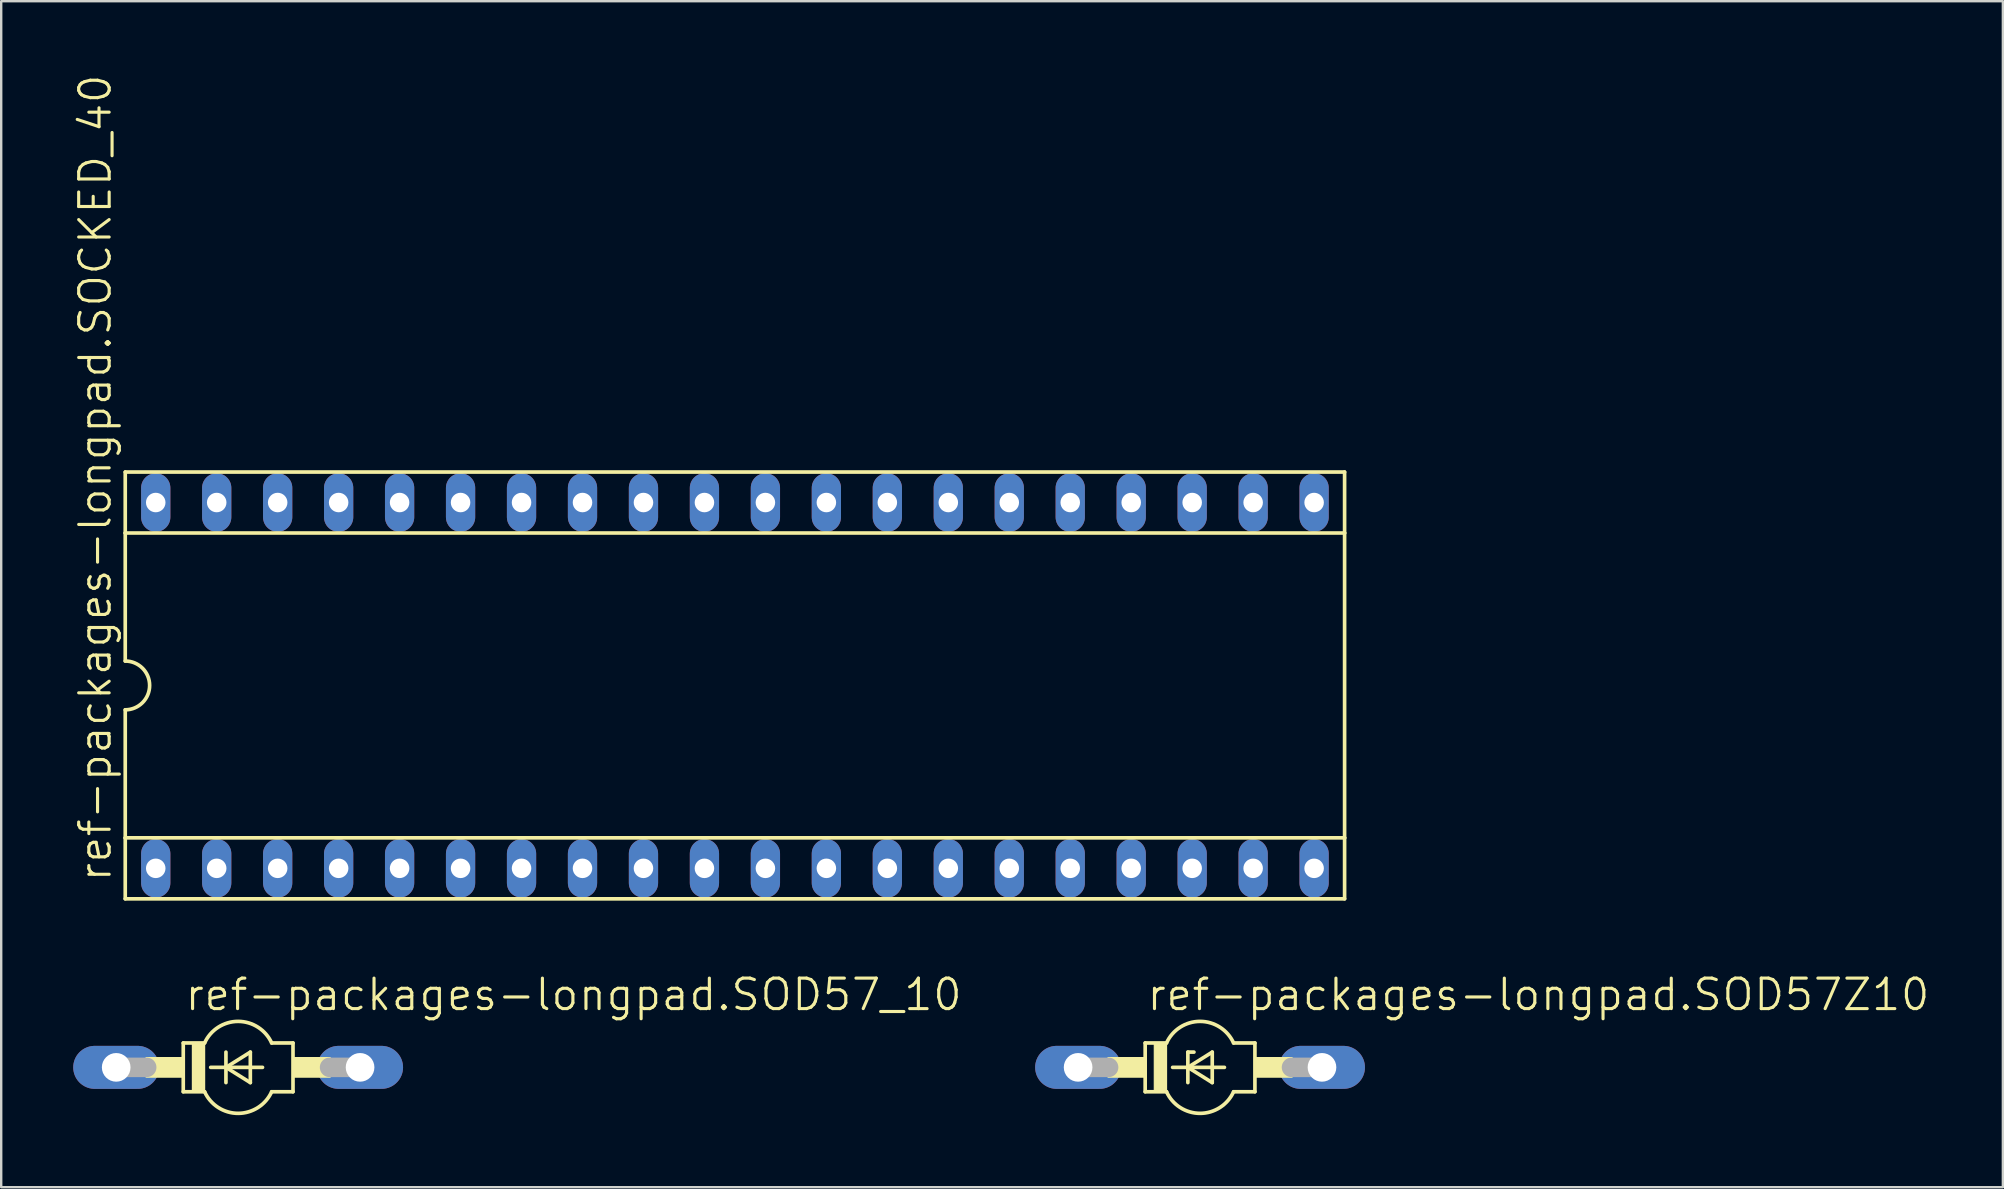
<source format=kicad_pcb>
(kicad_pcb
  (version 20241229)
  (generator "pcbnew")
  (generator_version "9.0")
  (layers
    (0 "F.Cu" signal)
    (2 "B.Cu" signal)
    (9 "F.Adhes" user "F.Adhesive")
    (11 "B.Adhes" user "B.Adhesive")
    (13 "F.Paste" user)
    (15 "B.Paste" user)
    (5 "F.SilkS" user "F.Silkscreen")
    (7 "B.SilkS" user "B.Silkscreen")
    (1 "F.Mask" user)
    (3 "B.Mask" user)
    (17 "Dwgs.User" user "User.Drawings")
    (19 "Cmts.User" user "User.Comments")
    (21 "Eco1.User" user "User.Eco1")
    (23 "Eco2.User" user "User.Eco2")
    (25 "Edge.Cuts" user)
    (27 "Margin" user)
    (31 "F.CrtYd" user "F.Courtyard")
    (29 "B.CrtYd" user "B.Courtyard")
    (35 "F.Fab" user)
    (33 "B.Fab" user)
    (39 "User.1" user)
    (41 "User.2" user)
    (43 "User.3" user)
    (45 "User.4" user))
  (footprint "ref-packages-longpad.SOD57Z10"
    (layer "F.Cu")
    (at 46.946 41.418)
    (property "Reference" "ref-packages-longpad.SOD57Z10" (at -2.286 -2.286 0) (layer "F.SilkS") (effects (font (size 1.27 1.27) (thickness 0.13)) (justify left bottom)))
    (attr through_hole)
    (fp_line (start -2.286 -1.016) (end -2.286 1.016) (stroke (width 0.152) (type default)) (layer "F.SilkS"))
    (fp_line (start -2.286 -1.016) (end -1.397 -1.016) (stroke (width 0.152) (type default)) (layer "F.SilkS"))
    (fp_line (start -2.286 1.016) (end -1.397 1.016) (stroke (width 0.152) (type default)) (layer "F.SilkS"))
    (fp_line (start -1.143 0) (end -0.508 0) (stroke (width 0.152) (type default)) (layer "F.SilkS"))
    (fp_line (start -0.508 -0.635) (end -0.508 0) (stroke (width 0.152) (type default)) (layer "F.SilkS"))
    (fp_line (start -0.508 0) (end -0.508 0.635) (stroke (width 0.152) (type default)) (layer "F.SilkS"))
    (fp_line (start -0.508 0) (end 0.508 -0.635) (stroke (width 0.152) (type default)) (layer "F.SilkS"))
    (fp_line (start -0.508 0) (end 1.016 0) (stroke (width 0.152) (type default)) (layer "F.SilkS"))
    (fp_line (start -0.254 -0.635) (end -0.508 -0.635) (stroke (width 0.152) (type default)) (layer "F.SilkS"))
    (fp_line (start 0.508 -0.635) (end 0.508 0.635) (stroke (width 0.152) (type default)) (layer "F.SilkS"))
    (fp_line (start 0.508 0.635) (end -0.508 0) (stroke (width 0.152) (type default)) (layer "F.SilkS"))
    (fp_line (start 1.397 1.016) (end 2.286 1.016) (stroke (width 0.152) (type default)) (layer "F.SilkS"))
    (fp_line (start 2.286 -1.016) (end 1.397 -1.016) (stroke (width 0.152) (type default)) (layer "F.SilkS"))
    (fp_line (start 2.286 1.016) (end 2.286 -1.016) (stroke (width 0.152) (type default)) (layer "F.SilkS"))
    (fp_rect (start -3.835 0.406) (end -2.286 -0.406) (stroke (width 0.05) (type default)) (fill yes) (layer "F.SilkS"))
    (fp_rect (start -1.905 1.016) (end -1.397 -1.016) (stroke (width 0.05) (type default)) (fill yes) (layer "F.SilkS"))
    (fp_rect (start 2.286 0.406) (end 3.835 -0.406) (stroke (width 0.05) (type default)) (fill yes) (layer "F.SilkS"))
    (fp_arc (start -1.397 -1.016) (mid 0 -1.915547) (end 1.397 -1.016) (stroke (width 0.1524) (type default)) (layer "F.SilkS"))
    (fp_arc (start 1.397 1.016) (mid 0 1.915547) (end -1.397 1.016) (stroke (width 0.1524) (type default)) (layer "F.SilkS"))
    (fp_line (start -5.08 0) (end -3.81 0) (stroke (width 0.813) (type default)) (layer "F.Fab"))
    (fp_line (start 5.08 0) (end 3.81 0) (stroke (width 0.813) (type default)) (layer "F.Fab"))
    (pad "A" thru_hole oval (at 5.08 0) (size 3.581 1.791) (drill 1.194) (layers "*.Cu" "*.Mask"))
    (pad "C" thru_hole oval (at -5.08 0) (size 3.581 1.791) (drill 1.194) (layers "*.Cu" "*.Mask")))
  (footprint "ref-packages-longpad.SOD57_10"
    (layer "F.Cu")
    (at 6.871 41.418)
    (property "Reference" "ref-packages-longpad.SOD57_10" (at -2.286 -2.286 0) (layer "F.SilkS") (effects (font (size 1.27 1.27) (thickness 0.13)) (justify left bottom)))
    (attr through_hole)
    (fp_line (start -2.286 -1.016) (end -2.286 1.016) (stroke (width 0.152) (type default)) (layer "F.SilkS"))
    (fp_line (start -2.286 -1.016) (end -1.397 -1.016) (stroke (width 0.152) (type default)) (layer "F.SilkS"))
    (fp_line (start -2.286 1.016) (end -1.397 1.016) (stroke (width 0.152) (type default)) (layer "F.SilkS"))
    (fp_line (start -1.143 0) (end -0.508 0) (stroke (width 0.152) (type default)) (layer "F.SilkS"))
    (fp_line (start -0.508 -0.635) (end -0.508 0) (stroke (width 0.152) (type default)) (layer "F.SilkS"))
    (fp_line (start -0.508 0) (end -0.508 0.635) (stroke (width 0.152) (type default)) (layer "F.SilkS"))
    (fp_line (start -0.508 0) (end 0.508 -0.635) (stroke (width 0.152) (type default)) (layer "F.SilkS"))
    (fp_line (start -0.508 0) (end 1.016 0) (stroke (width 0.152) (type default)) (layer "F.SilkS"))
    (fp_line (start 0.508 -0.635) (end 0.508 0.635) (stroke (width 0.152) (type default)) (layer "F.SilkS"))
    (fp_line (start 0.508 0.635) (end -0.508 0) (stroke (width 0.152) (type default)) (layer "F.SilkS"))
    (fp_line (start 1.397 1.016) (end 2.286 1.016) (stroke (width 0.152) (type default)) (layer "F.SilkS"))
    (fp_line (start 2.286 -1.016) (end 1.397 -1.016) (stroke (width 0.152) (type default)) (layer "F.SilkS"))
    (fp_line (start 2.286 1.016) (end 2.286 -1.016) (stroke (width 0.152) (type default)) (layer "F.SilkS"))
    (fp_rect (start -3.835 0.406) (end -2.286 -0.406) (stroke (width 0.05) (type default)) (fill yes) (layer "F.SilkS"))
    (fp_rect (start -1.905 1.016) (end -1.397 -1.016) (stroke (width 0.05) (type default)) (fill yes) (layer "F.SilkS"))
    (fp_rect (start 2.286 0.406) (end 3.835 -0.406) (stroke (width 0.05) (type default)) (fill yes) (layer "F.SilkS"))
    (fp_arc (start -1.397 -1.016) (mid 0 -1.915547) (end 1.397 -1.016) (stroke (width 0.1524) (type default)) (layer "F.SilkS"))
    (fp_arc (start 1.397 1.016) (mid 0 1.915547) (end -1.397 1.016) (stroke (width 0.1524) (type default)) (layer "F.SilkS"))
    (fp_line (start -5.08 0) (end -3.81 0) (stroke (width 0.813) (type default)) (layer "F.Fab"))
    (fp_line (start 5.08 0) (end 3.81 0) (stroke (width 0.813) (type default)) (layer "F.Fab"))
    (pad "A" thru_hole oval (at 5.08 0) (size 3.581 1.791) (drill 1.194) (layers "*.Cu" "*.Mask"))
    (pad "C" thru_hole oval (at -5.08 0) (size 3.581 1.791) (drill 1.194) (layers "*.Cu" "*.Mask")))
  (footprint "ref-packages-longpad.SOCKED_40"
    (layer "F.Cu")
    (at 27.568 25.506)
    (property "Reference" "ref-packages-longpad.SOCKED_40" (at -25.908 8.255 90) (layer "F.SilkS") (effects (font (size 1.27 1.27) (thickness 0.13)) (justify left bottom)))
    (attr through_hole)
    (fp_line (start -25.4 -8.89) (end -25.4 -6.35) (stroke (width 0.152) (type default)) (layer "F.SilkS"))
    (fp_line (start -25.4 -6.35) (end -25.4 -1.016) (stroke (width 0.152) (type default)) (layer "F.SilkS"))
    (fp_line (start -25.4 -6.35) (end 25.4 -6.35) (stroke (width 0.152) (type default)) (layer "F.SilkS"))
    (fp_line (start -25.4 6.35) (end -25.4 1.016) (stroke (width 0.152) (type default)) (layer "F.SilkS"))
    (fp_line (start -25.4 6.35) (end 25.4 6.35) (stroke (width 0.152) (type default)) (layer "F.SilkS"))
    (fp_line (start -25.4 8.89) (end -25.4 6.35) (stroke (width 0.152) (type default)) (layer "F.SilkS"))
    (fp_line (start -25.4 8.89) (end 25.4 8.89) (stroke (width 0.152) (type default)) (layer "F.SilkS"))
    (fp_line (start 25.4 -8.89) (end -25.4 -8.89) (stroke (width 0.152) (type default)) (layer "F.SilkS"))
    (fp_line (start 25.4 -8.89) (end 25.4 -6.35) (stroke (width 0.152) (type default)) (layer "F.SilkS"))
    (fp_line (start 25.4 -6.35) (end 25.4 6.35) (stroke (width 0.152) (type default)) (layer "F.SilkS"))
    (fp_line (start 25.4 6.35) (end 25.4 8.89) (stroke (width 0.152) (type default)) (layer "F.SilkS"))
    (fp_arc (start -25.4 -1.016) (mid -24.384 0) (end -25.4 1.016) (stroke (width 0.1524) (type default)) (layer "F.SilkS"))
    (pad "1" thru_hole oval (at -24.13 7.62 90) (size 2.438 1.219) (drill 0.813) (layers "*.Cu" "*.Mask"))
    (pad "2" thru_hole oval (at -21.59 7.62 90) (size 2.438 1.219) (drill 0.813) (layers "*.Cu" "*.Mask"))
    (pad "3" thru_hole oval (at -19.05 7.62 90) (size 2.438 1.219) (drill 0.813) (layers "*.Cu" "*.Mask"))
    (pad "4" thru_hole oval (at -16.51 7.62 90) (size 2.438 1.219) (drill 0.813) (layers "*.Cu" "*.Mask"))
    (pad "5" thru_hole oval (at -13.97 7.62 90) (size 2.438 1.219) (drill 0.813) (layers "*.Cu" "*.Mask"))
    (pad "6" thru_hole oval (at -11.43 7.62 90) (size 2.438 1.219) (drill 0.813) (layers "*.Cu" "*.Mask"))
    (pad "7" thru_hole oval (at -8.89 7.62 90) (size 2.438 1.219) (drill 0.813) (layers "*.Cu" "*.Mask"))
    (pad "8" thru_hole oval (at -6.35 7.62 90) (size 2.438 1.219) (drill 0.813) (layers "*.Cu" "*.Mask"))
    (pad "9" thru_hole oval (at -3.81 7.62 90) (size 2.438 1.219) (drill 0.813) (layers "*.Cu" "*.Mask"))
    (pad "10" thru_hole oval (at -1.27 7.62 90) (size 2.438 1.219) (drill 0.813) (layers "*.Cu" "*.Mask"))
    (pad "11" thru_hole oval (at 1.27 7.62 90) (size 2.438 1.219) (drill 0.813) (layers "*.Cu" "*.Mask"))
    (pad "12" thru_hole oval (at 3.81 7.62 90) (size 2.438 1.219) (drill 0.813) (layers "*.Cu" "*.Mask"))
    (pad "13" thru_hole oval (at 6.35 7.62 90) (size 2.438 1.219) (drill 0.813) (layers "*.Cu" "*.Mask"))
    (pad "14" thru_hole oval (at 8.89 7.62 90) (size 2.438 1.219) (drill 0.813) (layers "*.Cu" "*.Mask"))
    (pad "15" thru_hole oval (at 11.43 7.62 90) (size 2.438 1.219) (drill 0.813) (layers "*.Cu" "*.Mask"))
    (pad "16" thru_hole oval (at 13.97 7.62 90) (size 2.438 1.219) (drill 0.813) (layers "*.Cu" "*.Mask"))
    (pad "17" thru_hole oval (at 16.51 7.62 90) (size 2.438 1.219) (drill 0.813) (layers "*.Cu" "*.Mask"))
    (pad "18" thru_hole oval (at 19.05 7.62 90) (size 2.438 1.219) (drill 0.813) (layers "*.Cu" "*.Mask"))
    (pad "19" thru_hole oval (at 21.59 7.62 90) (size 2.438 1.219) (drill 0.813) (layers "*.Cu" "*.Mask"))
    (pad "20" thru_hole oval (at 24.13 7.62 90) (size 2.438 1.219) (drill 0.813) (layers "*.Cu" "*.Mask"))
    (pad "21" thru_hole oval (at 24.13 -7.62 90) (size 2.438 1.219) (drill 0.813) (layers "*.Cu" "*.Mask"))
    (pad "22" thru_hole oval (at 21.59 -7.62 90) (size 2.438 1.219) (drill 0.813) (layers "*.Cu" "*.Mask"))
    (pad "23" thru_hole oval (at 19.05 -7.62 90) (size 2.438 1.219) (drill 0.813) (layers "*.Cu" "*.Mask"))
    (pad "24" thru_hole oval (at 16.51 -7.62 90) (size 2.438 1.219) (drill 0.813) (layers "*.Cu" "*.Mask"))
    (pad "25" thru_hole oval (at 13.97 -7.62 90) (size 2.438 1.219) (drill 0.813) (layers "*.Cu" "*.Mask"))
    (pad "26" thru_hole oval (at 11.43 -7.62 90) (size 2.438 1.219) (drill 0.813) (layers "*.Cu" "*.Mask"))
    (pad "27" thru_hole oval (at 8.89 -7.62 90) (size 2.438 1.219) (drill 0.813) (layers "*.Cu" "*.Mask"))
    (pad "28" thru_hole oval (at 6.35 -7.62 90) (size 2.438 1.219) (drill 0.813) (layers "*.Cu" "*.Mask"))
    (pad "29" thru_hole oval (at 3.81 -7.62 90) (size 2.438 1.219) (drill 0.813) (layers "*.Cu" "*.Mask"))
    (pad "30" thru_hole oval (at 1.27 -7.62 90) (size 2.438 1.219) (drill 0.813) (layers "*.Cu" "*.Mask"))
    (pad "31" thru_hole oval (at -1.27 -7.62 90) (size 2.438 1.219) (drill 0.813) (layers "*.Cu" "*.Mask"))
    (pad "32" thru_hole oval (at -3.81 -7.62 90) (size 2.438 1.219) (drill 0.813) (layers "*.Cu" "*.Mask"))
    (pad "33" thru_hole oval (at -6.35 -7.62 90) (size 2.438 1.219) (drill 0.813) (layers "*.Cu" "*.Mask"))
    (pad "34" thru_hole oval (at -8.89 -7.62 90) (size 2.438 1.219) (drill 0.813) (layers "*.Cu" "*.Mask"))
    (pad "35" thru_hole oval (at -11.43 -7.62 90) (size 2.438 1.219) (drill 0.813) (layers "*.Cu" "*.Mask"))
    (pad "36" thru_hole oval (at -13.97 -7.62 90) (size 2.438 1.219) (drill 0.813) (layers "*.Cu" "*.Mask"))
    (pad "37" thru_hole oval (at -16.51 -7.62 90) (size 2.438 1.219) (drill 0.813) (layers "*.Cu" "*.Mask"))
    (pad "38" thru_hole oval (at -19.05 -7.62 90) (size 2.438 1.219) (drill 0.813) (layers "*.Cu" "*.Mask"))
    (pad "39" thru_hole oval (at -21.59 -7.62 90) (size 2.438 1.219) (drill 0.813) (layers "*.Cu" "*.Mask"))
    (pad "40" thru_hole oval (at -24.13 -7.62 90) (size 2.438 1.219) (drill 0.813) (layers "*.Cu" "*.Mask")))
  (gr_rect
    (start -3 -3)
    (end 80.393 46.41)
    (stroke (width 0.1) (type default))
    (fill no)
    (layer "Edge.Cuts")))
</source>
